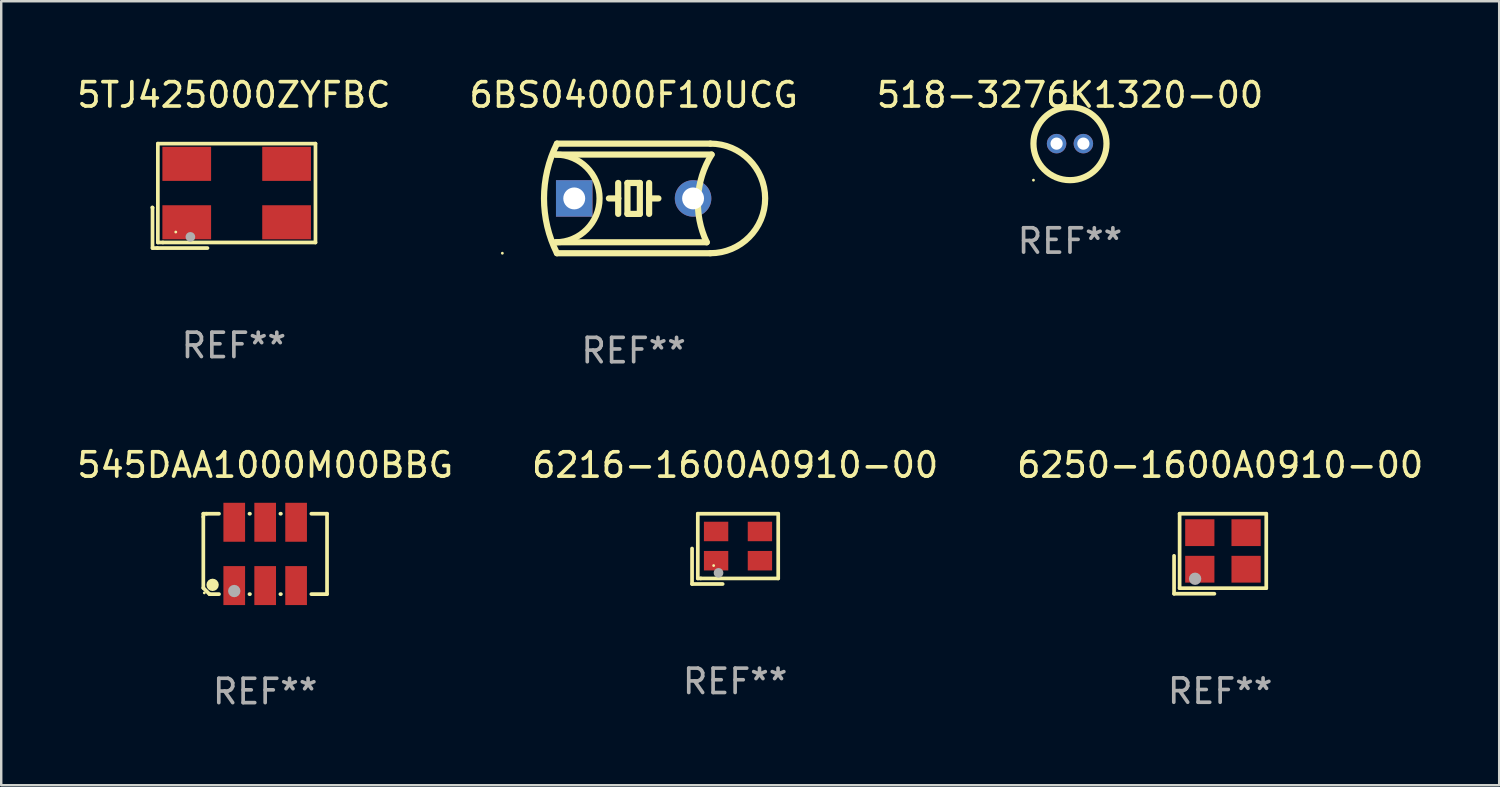
<source format=kicad_pcb>
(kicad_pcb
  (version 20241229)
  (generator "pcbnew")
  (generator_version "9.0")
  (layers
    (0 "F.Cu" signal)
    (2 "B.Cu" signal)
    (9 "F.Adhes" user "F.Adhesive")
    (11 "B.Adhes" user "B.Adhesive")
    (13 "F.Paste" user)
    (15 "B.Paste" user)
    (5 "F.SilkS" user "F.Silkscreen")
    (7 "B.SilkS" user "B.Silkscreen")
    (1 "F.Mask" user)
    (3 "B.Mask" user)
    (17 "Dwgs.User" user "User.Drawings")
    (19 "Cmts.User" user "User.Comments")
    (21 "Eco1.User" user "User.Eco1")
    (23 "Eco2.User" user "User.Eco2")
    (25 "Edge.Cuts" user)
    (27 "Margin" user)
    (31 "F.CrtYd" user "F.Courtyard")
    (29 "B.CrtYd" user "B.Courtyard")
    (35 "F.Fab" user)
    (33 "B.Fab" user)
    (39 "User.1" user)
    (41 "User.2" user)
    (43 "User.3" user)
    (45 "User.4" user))
  (footprint "6250-1600A0910-00"
    (layer "F.Cu")
    (at 47.054 19.688)
    (property "Reference" "6250-1600A0910-00" (at 0 -3.643 0) (layer "F.SilkS") (effects (font (size 1 1) (thickness 0.15))))
    (attr through_hole)
    (fp_line (start -1.893 0.086) (end -1.893 1.643) (stroke (width 0.152) (type solid)) (layer "F.SilkS"))
    (fp_line (start -1.893 1.643) (end -0.237 1.643) (stroke (width 0.152) (type solid)) (layer "F.SilkS"))
    (fp_line (start -1.665 -1.643) (end 1.893 -1.643) (stroke (width 0.152) (type solid)) (layer "F.SilkS"))
    (fp_line (start -1.665 1.414) (end -1.665 -1.643) (stroke (width 0.152) (type solid)) (layer "F.SilkS"))
    (fp_line (start 1.893 -1.643) (end 1.893 1.414) (stroke (width 0.152) (type solid)) (layer "F.SilkS"))
    (fp_line (start 1.893 1.414) (end -1.665 1.414) (stroke (width 0.152) (type solid)) (layer "F.SilkS"))
    (fp_circle (center -1.136 0.885) (end -1.106 0.885) (stroke (width 0.06) (type solid)) (fill no) (layer "F.SilkS"))
    (fp_circle (center -1.029 1.028) (end -0.902 1.028) (stroke (width 0.254) (type solid)) (fill no) (layer "F.Fab"))
    (fp_text user "REF**" (at 0 5.643 0) (layer "F.Fab") (effects (font (size 1 1) (thickness 0.15))))
    (pad "1" smd rect (at -0.836 0.636) (size 1.2 1.1) (layers "F.Cu" "F.Mask" "F.Paste"))
    (pad "2" smd rect (at 1.064 0.636) (size 1.2 1.1) (layers "F.Cu" "F.Mask" "F.Paste"))
    (pad "3" smd rect (at 1.064 -0.865) (size 1.2 1.1) (layers "F.Cu" "F.Mask" "F.Paste"))
    (pad "4" smd rect (at -0.836 -0.865) (size 1.2 1.1) (layers "F.Cu" "F.Mask" "F.Paste")))
  (footprint "518-3276K1320-00"
    (layer "F.Cu")
    (at 40.887 2.848)
    (property "Reference" "518-3276K1320-00" (at 0 -2 0) (layer "F.SilkS") (effects (font (size 1 1) (thickness 0.15))))
    (attr through_hole)
    (fp_circle (center -1.5 1.5) (end -1.47 1.5) (stroke (width 0.06) (type solid)) (fill no) (layer "F.SilkS"))
    (fp_circle (center 0 0) (end 1.5 0) (stroke (width 0.254) (type solid)) (fill no) (layer "F.SilkS"))
    (fp_text user "REF**" (at 0 4 0) (layer "F.Fab") (effects (font (size 1 1) (thickness 0.15))))
    (pad "1" thru_hole circle (at -0.55 0) (size 0.8 0.8) (drill 0.5) (layers "*.Cu" "*.Mask"))
    (pad "2" thru_hole circle (at 0.55 0) (size 0.8 0.8) (drill 0.5) (layers "*.Cu" "*.Mask")))
  (footprint "5TJ425000ZYFBC"
    (layer "F.Cu")
    (at 6.554 4.992)
    (property "Reference" "5TJ425000ZYFBC" (at 0 -4.144 0) (layer "F.SilkS") (effects (font (size 1 1) (thickness 0.15))))
    (attr through_hole)
    (fp_line (start -3.35 0.476) (end -3.341 0.485) (stroke (width 0.152) (type solid)) (layer "F.SilkS"))
    (fp_line (start -3.341 0.485) (end -3.341 2.144) (stroke (width 0.152) (type solid)) (layer "F.SilkS"))
    (fp_line (start -3.341 2.144) (end -3.143 2.144) (stroke (width 0.152) (type solid)) (layer "F.SilkS"))
    (fp_line (start -3.143 2.144) (end -1.085 2.144) (stroke (width 0.152) (type solid)) (layer "F.SilkS"))
    (fp_line (start -3.122 -2.144) (end 3.35 -2.144) (stroke (width 0.152) (type solid)) (layer "F.SilkS"))
    (fp_line (start -3.122 1.915) (end -3.122 -2.144) (stroke (width 0.152) (type solid)) (layer "F.SilkS"))
    (fp_line (start -2.914 1.915) (end -3.122 1.915) (stroke (width 0.152) (type solid)) (layer "F.SilkS"))
    (fp_line (start 3.35 -2.144) (end 3.35 1.915) (stroke (width 0.152) (type solid)) (layer "F.SilkS"))
    (fp_line (start 3.35 1.915) (end -2.914 1.915) (stroke (width 0.152) (type solid)) (layer "F.SilkS"))
    (fp_circle (center -2.386 1.486) (end -2.356 1.486) (stroke (width 0.06) (type solid)) (fill no) (layer "F.SilkS"))
    (fp_circle (center -1.786 1.686) (end -1.686 1.686) (stroke (width 0.2) (type solid)) (fill no) (layer "F.Fab"))
    (fp_text user "REF**" (at 0 6.144 0) (layer "F.Fab") (effects (font (size 1 1) (thickness 0.15))))
    (pad "1" smd rect (at -1.936 1.086) (size 2 1.4) (layers "F.Cu" "F.Mask" "F.Paste"))
    (pad "2" smd rect (at 2.164 1.086) (size 2 1.4) (layers "F.Cu" "F.Mask" "F.Paste"))
    (pad "3" smd rect (at 2.164 -1.314) (size 2 1.4) (layers "F.Cu" "F.Mask" "F.Paste"))
    (pad "4" smd rect (at -1.936 -1.314) (size 2 1.4) (layers "F.Cu" "F.Mask" "F.Paste")))
  (footprint "545DAA1000M00BBG"
    (layer "F.Cu")
    (at 7.839 19.696)
    (property "Reference" "545DAA1000M00BBG" (at 0 -3.651 0) (layer "F.SilkS") (effects (font (size 1 1) (thickness 0.15))))
    (attr through_hole)
    (fp_line (start -2.54 -1.651) (end -2.413 -1.651) (stroke (width 0.152) (type solid)) (layer "F.SilkS"))
    (fp_line (start -2.54 -1.524) (end -2.54 -1.651) (stroke (width 0.152) (type solid)) (layer "F.SilkS"))
    (fp_line (start -2.54 1.397) (end -2.54 -1.524) (stroke (width 0.152) (type solid)) (layer "F.SilkS"))
    (fp_line (start -2.413 -1.651) (end -1.895 -1.651) (stroke (width 0.152) (type solid)) (layer "F.SilkS"))
    (fp_line (start -2.286 1.651) (end -2.54 1.397) (stroke (width 0.152) (type solid)) (layer "F.SilkS"))
    (fp_line (start -1.895 1.651) (end -2.286 1.651) (stroke (width 0.152) (type solid)) (layer "F.SilkS"))
    (fp_line (start -0.645 -1.651) (end -0.625 -1.651) (stroke (width 0.152) (type solid)) (layer "F.SilkS"))
    (fp_line (start -0.625 1.651) (end -0.645 1.651) (stroke (width 0.152) (type solid)) (layer "F.SilkS"))
    (fp_line (start 0.625 -1.651) (end 0.645 -1.651) (stroke (width 0.152) (type solid)) (layer "F.SilkS"))
    (fp_line (start 0.645 1.651) (end 0.625 1.651) (stroke (width 0.152) (type solid)) (layer "F.SilkS"))
    (fp_line (start 1.895 -1.651) (end 2.54 -1.651) (stroke (width 0.152) (type solid)) (layer "F.SilkS"))
    (fp_line (start 2.54 -1.651) (end 2.54 1.651) (stroke (width 0.152) (type solid)) (layer "F.SilkS"))
    (fp_line (start 2.54 1.651) (end 1.895 1.651) (stroke (width 0.152) (type solid)) (layer "F.SilkS"))
    (fp_circle (center -2.5 1.6) (end -2.47 1.6) (stroke (width 0.06) (type solid)) (fill no) (layer "F.SilkS"))
    (fp_circle (center -2.159 1.27) (end -2.032 1.27) (stroke (width 0.254) (type solid)) (fill no) (layer "F.SilkS"))
    (fp_circle (center -1.27 1.524) (end -1.143 1.524) (stroke (width 0.254) (type solid)) (fill no) (layer "F.Fab"))
    (fp_text user "REF**" (at 0 5.651 0) (layer "F.Fab") (effects (font (size 1 1) (thickness 0.15))))
    (pad "1" smd rect (at -1.27 1.3) (size 0.89 1.6) (layers "F.Cu" "F.Mask" "F.Paste"))
    (pad "2" smd rect (at 0 1.3) (size 0.89 1.6) (layers "F.Cu" "F.Mask" "F.Paste"))
    (pad "3" smd rect (at 1.27 1.3) (size 0.89 1.6) (layers "F.Cu" "F.Mask" "F.Paste"))
    (pad "4" smd rect (at 1.27 -1.3) (size 0.89 1.6) (layers "F.Cu" "F.Mask" "F.Paste"))
    (pad "5" smd rect (at 0 -1.3) (size 0.89 1.6) (layers "F.Cu" "F.Mask" "F.Paste"))
    (pad "6" smd rect (at -1.27 -1.3) (size 0.89 1.6) (layers "F.Cu" "F.Mask" "F.Paste")))
  (footprint "6216-1600A0910-00"
    (layer "F.Cu")
    (at 27.137 19.488)
    (property "Reference" "6216-1600A0910-00" (at 0 -3.443 0) (layer "F.SilkS") (effects (font (size 1 1) (thickness 0.15))))
    (attr through_hole)
    (fp_line (start -1.769 -0.014) (end -1.769 1.443) (stroke (width 0.152) (type solid)) (layer "F.SilkS"))
    (fp_line (start -1.769 1.443) (end -0.512 1.443) (stroke (width 0.152) (type solid)) (layer "F.SilkS"))
    (fp_line (start -1.533 -1.443) (end 1.769 -1.443) (stroke (width 0.152) (type solid)) (layer "F.SilkS"))
    (fp_line (start -1.533 1.214) (end -1.533 -1.443) (stroke (width 0.152) (type solid)) (layer "F.SilkS"))
    (fp_line (start -1.411 1.214) (end -1.533 1.214) (stroke (width 0.152) (type solid)) (layer "F.SilkS"))
    (fp_line (start 1.769 -1.443) (end 1.769 1.214) (stroke (width 0.152) (type solid)) (layer "F.SilkS"))
    (fp_line (start 1.769 1.214) (end -1.411 1.214) (stroke (width 0.152) (type solid)) (layer "F.SilkS"))
    (fp_circle (center -0.882 0.686) (end -0.852 0.686) (stroke (width 0.06) (type solid)) (fill no) (layer "F.SilkS"))
    (fp_circle (center -0.682 0.986) (end -0.582 0.986) (stroke (width 0.2) (type solid)) (fill no) (layer "F.Fab"))
    (fp_text user "REF**" (at 0 5.443 0) (layer "F.Fab") (effects (font (size 1 1) (thickness 0.15))))
    (pad "1" smd rect (at -0.782 0.486 90) (size 0.8 1) (layers "F.Cu" "F.Mask" "F.Paste"))
    (pad "2" smd rect (at 1.018 0.486 90) (size 0.8 1) (layers "F.Cu" "F.Mask" "F.Paste"))
    (pad "3" smd rect (at 1.018 -0.714 90) (size 0.8 1) (layers "F.Cu" "F.Mask" "F.Paste"))
    (pad "4" smd rect (at -0.782 -0.714 90) (size 0.8 1) (layers "F.Cu" "F.Mask" "F.Paste")))
  (footprint "6BS04000F10UCG"
    (layer "F.Cu")
    (at 22.97 5.098)
    (property "Reference" "6BS04000F10UCG" (at 0 -4.25 0) (layer "F.SilkS") (effects (font (size 1 1) (thickness 0.15))))
    (attr through_hole)
    (fp_line (start -3.2 -1.8) (end 3.2 -1.8) (stroke (width 0.254) (type solid)) (layer "F.SilkS"))
    (fp_line (start -3.15 2.25) (end 3.15 2.25) (stroke (width 0.254) (type solid)) (layer "F.SilkS"))
    (fp_line (start -0.635 -0.635) (end -0.635 0) (stroke (width 0.254) (type solid)) (layer "F.SilkS"))
    (fp_line (start -0.635 0) (end -1.016 0) (stroke (width 0.254) (type solid)) (layer "F.SilkS"))
    (fp_line (start -0.635 0) (end -0.635 0.635) (stroke (width 0.254) (type solid)) (layer "F.SilkS"))
    (fp_line (start -0.254 -0.635) (end -0.254 0.635) (stroke (width 0.254) (type solid)) (layer "F.SilkS"))
    (fp_line (start -0.254 0.635) (end 0.254 0.635) (stroke (width 0.254) (type solid)) (layer "F.SilkS"))
    (fp_line (start 0.254 -0.635) (end -0.254 -0.635) (stroke (width 0.254) (type solid)) (layer "F.SilkS"))
    (fp_line (start 0.254 0.635) (end 0.254 -0.635) (stroke (width 0.254) (type solid)) (layer "F.SilkS"))
    (fp_line (start 0.635 -0.635) (end 0.635 0) (stroke (width 0.254) (type solid)) (layer "F.SilkS"))
    (fp_line (start 0.635 0) (end 0.635 0.635) (stroke (width 0.254) (type solid)) (layer "F.SilkS"))
    (fp_line (start 0.635 0) (end 1.016 0) (stroke (width 0.254) (type solid)) (layer "F.SilkS"))
    (fp_line (start 3 1.8) (end -3.2 1.8) (stroke (width 0.254) (type solid)) (layer "F.SilkS"))
    (fp_line (start 3.15 -2.25) (end -3.15 -2.25) (stroke (width 0.254) (type solid)) (layer "F.SilkS"))
    (fp_arc (start -3.200406 -1.800864) (mid -1.399974 -0.000635) (end -3.2 1.8) (stroke (width 0.254001) (type solid)) (layer "F.SilkS"))
    (fp_arc (start -3.149606 2.250444) (mid -3.680941 0.000261) (end -3.149987 -2.250013) (stroke (width 0.254001) (type solid)) (layer "F.SilkS"))
    (fp_arc (start 2.999746 1.800863) (mid 2.642982 -0.024977) (end 3.2 -1.8) (stroke (width 0.254001) (type solid)) (layer "F.SilkS"))
    (fp_arc (start 3.149607 -2.250445) (mid 5.399848 -0.000406) (end 3.149987 2.250013) (stroke (width 0.254001) (type solid)) (layer "F.SilkS"))
    (fp_circle (center -5.392 2.25) (end -5.362 2.25) (stroke (width 0.06) (type solid)) (fill no) (layer "F.SilkS"))
    (fp_text user "REF**" (at 0 6.25 0) (layer "F.Fab") (effects (font (size 1 1) (thickness 0.15))))
    (pad "1" thru_hole rect (at -2.44 0) (size 1.5 1.5) (drill 0.9) (layers "*.Cu" "*.Mask"))
    (pad "2" thru_hole circle (at 2.44 0) (size 1.5 1.5) (drill 0.9) (layers "*.Cu" "*.Mask")))
  (gr_rect
    (start -3 -3)
    (end 58.512 29.195)
    (stroke (width 0.1) (type default))
    (fill no)
    (layer "Edge.Cuts")))
</source>
